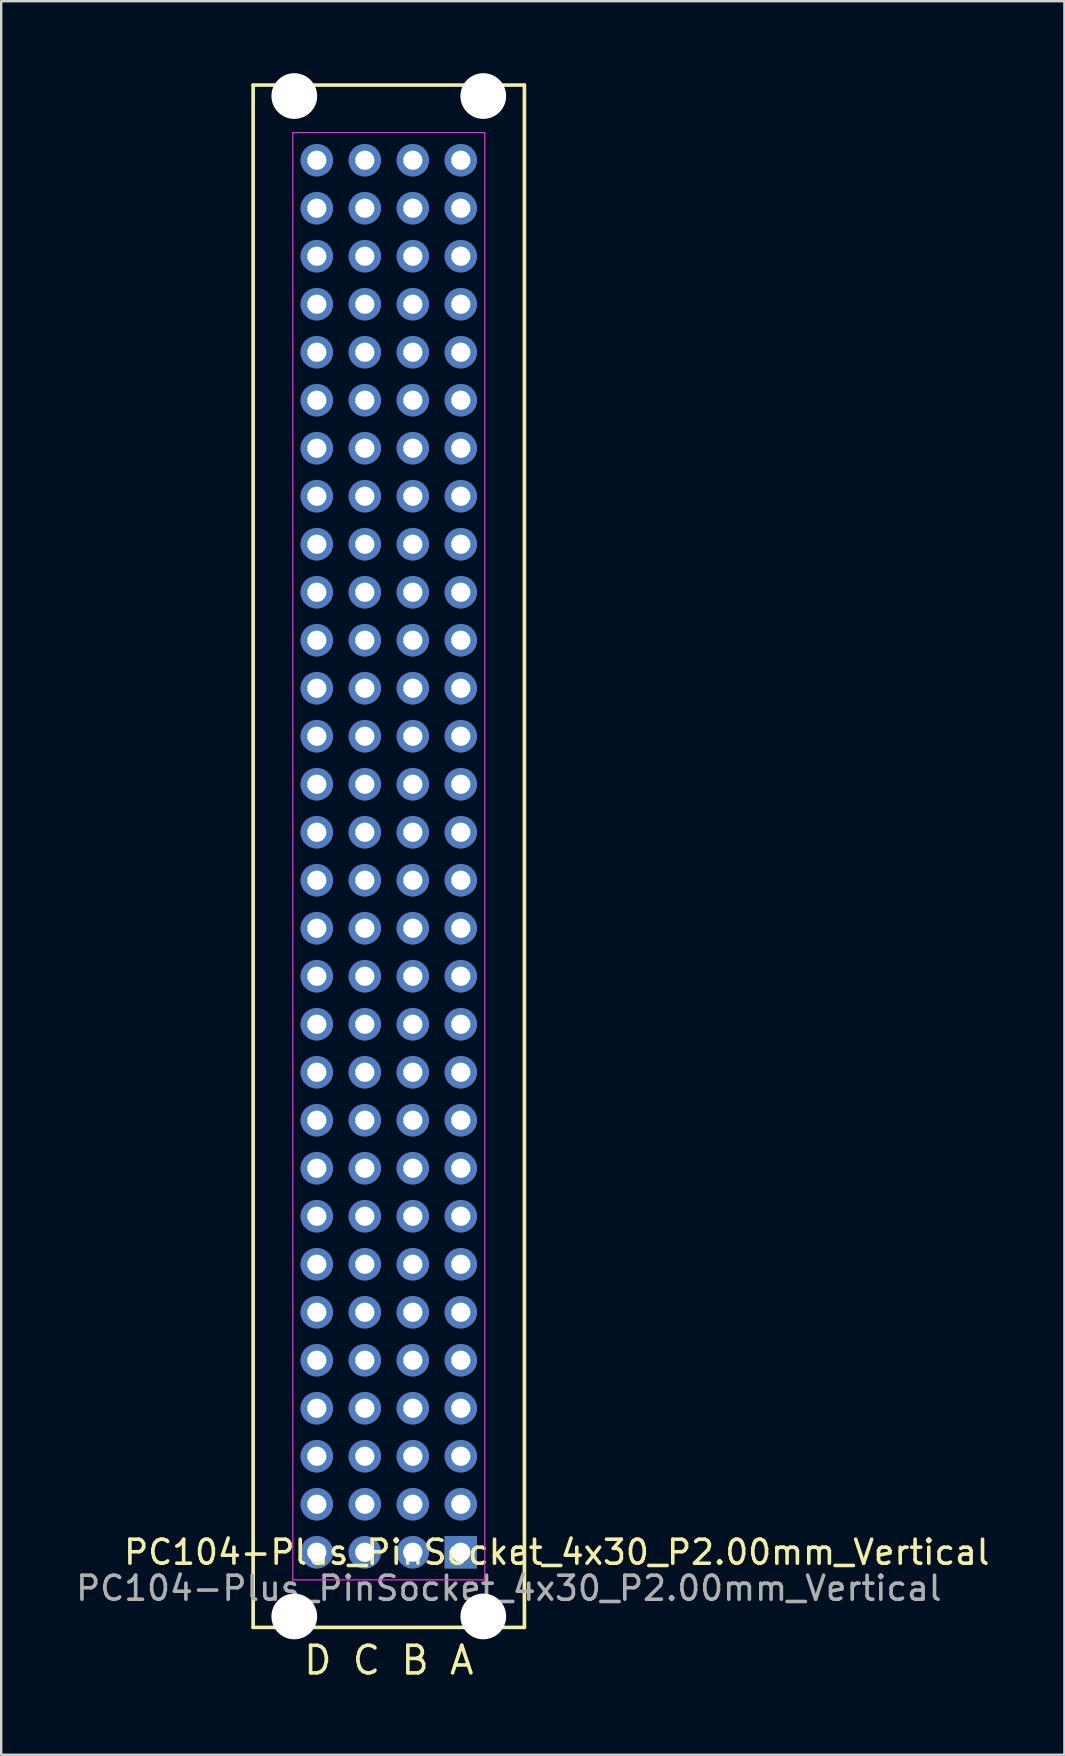
<source format=kicad_pcb>
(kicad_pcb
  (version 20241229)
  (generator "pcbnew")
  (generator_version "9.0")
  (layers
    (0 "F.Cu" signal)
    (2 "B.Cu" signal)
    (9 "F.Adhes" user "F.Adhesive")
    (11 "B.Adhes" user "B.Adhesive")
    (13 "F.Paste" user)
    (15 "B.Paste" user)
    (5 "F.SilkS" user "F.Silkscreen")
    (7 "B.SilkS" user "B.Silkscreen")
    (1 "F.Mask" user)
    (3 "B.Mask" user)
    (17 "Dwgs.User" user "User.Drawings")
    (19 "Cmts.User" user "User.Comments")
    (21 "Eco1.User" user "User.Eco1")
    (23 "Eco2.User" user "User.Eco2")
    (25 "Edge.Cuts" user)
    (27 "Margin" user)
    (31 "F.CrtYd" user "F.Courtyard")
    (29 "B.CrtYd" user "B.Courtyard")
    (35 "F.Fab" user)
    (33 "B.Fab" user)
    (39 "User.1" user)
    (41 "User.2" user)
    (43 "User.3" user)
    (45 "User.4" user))
  (footprint "PC104-Plus_PinSocket_4x30_P2.00mm_Vertical"
    (layer "F.Cu")
    (at 16.149 61.626)
    (property "Reference" "PC104-Plus_PinSocket_4x30_P2.00mm_Vertical" (at 4 0 180) (layer "F.SilkS") (effects (font (size 1 1) (thickness 0.15))))
    (attr through_hole)
    (fp_line (start -8.652 -61.131) (end 2.651 -61.131) (stroke (width 0.15) (type solid)) (layer "F.SilkS"))
    (fp_line (start -8.652 3.131) (end -8.652 -61.131) (stroke (width 0.152) (type solid)) (layer "F.SilkS"))
    (fp_line (start -8.652 3.131) (end 2.651 3.131) (stroke (width 0.15) (type solid)) (layer "F.SilkS"))
    (fp_line (start 2.651 3.131) (end 2.651 -61.131) (stroke (width 0.152) (type solid)) (layer "F.SilkS"))
    (fp_line (start -7 -59.15) (end 1 -59.15) (stroke (width 0.05) (type solid)) (layer "F.CrtYd"))
    (fp_line (start -7 1.15) (end -7 -59.15) (stroke (width 0.05) (type solid)) (layer "F.CrtYd"))
    (fp_line (start 1 -59.15) (end 1 1.15) (stroke (width 0.05) (type solid)) (layer "F.CrtYd"))
    (fp_line (start 1 1.15) (end -7 1.15) (stroke (width 0.05) (type solid)) (layer "F.CrtYd"))
    (fp_text user "D C B A" (at -3 4.5 0) (layer "F.SilkS") (effects (font (size 1.15 1.15) (thickness 0.15))))
    (fp_text user "${REFERENCE}" (at 2 1.5 0) (layer "F.Fab") (effects (font (size 1 1) (thickness 0.15))))
    (pad "" np_thru_hole circle (at -6.937 -60.674) (size 1.905 1.905) (drill 1.905) (layers "*.Cu" "*.Mask"))
    (pad "" np_thru_hole circle (at -6.937 2.674) (size 1.905 1.905) (drill 1.905) (layers "*.Cu" "*.Mask"))
    (pad "" np_thru_hole circle (at 0.937 -60.674) (size 1.905 1.905) (drill 1.905) (layers "*.Cu" "*.Mask"))
    (pad "" np_thru_hole circle (at 0.937 2.674) (size 1.905 1.905) (drill 1.905) (layers "*.Cu" "*.Mask"))
    (pad "A1" thru_hole rect (at 0 0 180) (size 1.35 1.35) (drill 0.8) (layers "*.Cu" "*.Mask"))
    (pad "A2" thru_hole oval (at 0 -2 180) (size 1.35 1.35) (drill 0.8) (layers "*.Cu" "*.Mask"))
    (pad "A3" thru_hole oval (at 0 -4 180) (size 1.35 1.35) (drill 0.8) (layers "*.Cu" "*.Mask"))
    (pad "A4" thru_hole oval (at 0 -6 180) (size 1.35 1.35) (drill 0.8) (layers "*.Cu" "*.Mask"))
    (pad "A5" thru_hole oval (at 0 -8 180) (size 1.35 1.35) (drill 0.8) (layers "*.Cu" "*.Mask"))
    (pad "A6" thru_hole oval (at 0 -10 180) (size 1.35 1.35) (drill 0.8) (layers "*.Cu" "*.Mask"))
    (pad "A7" thru_hole oval (at 0 -12 180) (size 1.35 1.35) (drill 0.8) (layers "*.Cu" "*.Mask"))
    (pad "A8" thru_hole oval (at 0 -14 180) (size 1.35 1.35) (drill 0.8) (layers "*.Cu" "*.Mask"))
    (pad "A9" thru_hole oval (at 0 -16 180) (size 1.35 1.35) (drill 0.8) (layers "*.Cu" "*.Mask"))
    (pad "A10" thru_hole oval (at 0 -18 180) (size 1.35 1.35) (drill 0.8) (layers "*.Cu" "*.Mask"))
    (pad "A11" thru_hole oval (at 0 -20 180) (size 1.35 1.35) (drill 0.8) (layers "*.Cu" "*.Mask"))
    (pad "A12" thru_hole oval (at 0 -22 180) (size 1.35 1.35) (drill 0.8) (layers "*.Cu" "*.Mask"))
    (pad "A13" thru_hole oval (at 0 -24 180) (size 1.35 1.35) (drill 0.8) (layers "*.Cu" "*.Mask"))
    (pad "A14" thru_hole oval (at 0 -26 180) (size 1.35 1.35) (drill 0.8) (layers "*.Cu" "*.Mask"))
    (pad "A15" thru_hole oval (at 0 -28 180) (size 1.35 1.35) (drill 0.8) (layers "*.Cu" "*.Mask"))
    (pad "A16" thru_hole oval (at 0 -30 180) (size 1.35 1.35) (drill 0.8) (layers "*.Cu" "*.Mask"))
    (pad "A17" thru_hole oval (at 0 -32 180) (size 1.35 1.35) (drill 0.8) (layers "*.Cu" "*.Mask"))
    (pad "A18" thru_hole oval (at 0 -34 180) (size 1.35 1.35) (drill 0.8) (layers "*.Cu" "*.Mask"))
    (pad "A19" thru_hole oval (at 0 -36 180) (size 1.35 1.35) (drill 0.8) (layers "*.Cu" "*.Mask"))
    (pad "A20" thru_hole oval (at 0 -38 180) (size 1.35 1.35) (drill 0.8) (layers "*.Cu" "*.Mask"))
    (pad "A21" thru_hole oval (at 0 -40 180) (size 1.35 1.35) (drill 0.8) (layers "*.Cu" "*.Mask"))
    (pad "A22" thru_hole oval (at 0 -42 180) (size 1.35 1.35) (drill 0.8) (layers "*.Cu" "*.Mask"))
    (pad "A23" thru_hole oval (at 0 -44 180) (size 1.35 1.35) (drill 0.8) (layers "*.Cu" "*.Mask"))
    (pad "A24" thru_hole oval (at 0 -46 180) (size 1.35 1.35) (drill 0.8) (layers "*.Cu" "*.Mask"))
    (pad "A25" thru_hole oval (at 0 -48 180) (size 1.35 1.35) (drill 0.8) (layers "*.Cu" "*.Mask"))
    (pad "A26" thru_hole oval (at 0 -50 180) (size 1.35 1.35) (drill 0.8) (layers "*.Cu" "*.Mask"))
    (pad "A27" thru_hole oval (at 0 -52 180) (size 1.35 1.35) (drill 0.8) (layers "*.Cu" "*.Mask"))
    (pad "A28" thru_hole oval (at 0 -54 180) (size 1.35 1.35) (drill 0.8) (layers "*.Cu" "*.Mask"))
    (pad "A29" thru_hole oval (at 0 -56 180) (size 1.35 1.35) (drill 0.8) (layers "*.Cu" "*.Mask"))
    (pad "A30" thru_hole oval (at 0 -58 180) (size 1.35 1.35) (drill 0.8) (layers "*.Cu" "*.Mask"))
    (pad "B1" thru_hole oval (at -2 0 180) (size 1.35 1.35) (drill 0.8) (layers "*.Cu" "*.Mask"))
    (pad "B2" thru_hole oval (at -2 -2 180) (size 1.35 1.35) (drill 0.8) (layers "*.Cu" "*.Mask"))
    (pad "B3" thru_hole oval (at -2 -4 180) (size 1.35 1.35) (drill 0.8) (layers "*.Cu" "*.Mask"))
    (pad "B4" thru_hole oval (at -2 -6 180) (size 1.35 1.35) (drill 0.8) (layers "*.Cu" "*.Mask"))
    (pad "B5" thru_hole oval (at -2 -8 180) (size 1.35 1.35) (drill 0.8) (layers "*.Cu" "*.Mask"))
    (pad "B6" thru_hole oval (at -2 -10 180) (size 1.35 1.35) (drill 0.8) (layers "*.Cu" "*.Mask"))
    (pad "B7" thru_hole oval (at -2 -12 180) (size 1.35 1.35) (drill 0.8) (layers "*.Cu" "*.Mask"))
    (pad "B8" thru_hole oval (at -2 -14 180) (size 1.35 1.35) (drill 0.8) (layers "*.Cu" "*.Mask"))
    (pad "B9" thru_hole oval (at -2 -16 180) (size 1.35 1.35) (drill 0.8) (layers "*.Cu" "*.Mask"))
    (pad "B10" thru_hole oval (at -2 -18 180) (size 1.35 1.35) (drill 0.8) (layers "*.Cu" "*.Mask"))
    (pad "B11" thru_hole oval (at -2 -20 180) (size 1.35 1.35) (drill 0.8) (layers "*.Cu" "*.Mask"))
    (pad "B12" thru_hole oval (at -2 -22 180) (size 1.35 1.35) (drill 0.8) (layers "*.Cu" "*.Mask"))
    (pad "B13" thru_hole oval (at -2 -24 180) (size 1.35 1.35) (drill 0.8) (layers "*.Cu" "*.Mask"))
    (pad "B14" thru_hole oval (at -2 -26 180) (size 1.35 1.35) (drill 0.8) (layers "*.Cu" "*.Mask"))
    (pad "B15" thru_hole oval (at -2 -28 180) (size 1.35 1.35) (drill 0.8) (layers "*.Cu" "*.Mask"))
    (pad "B16" thru_hole oval (at -2 -30 180) (size 1.35 1.35) (drill 0.8) (layers "*.Cu" "*.Mask"))
    (pad "B17" thru_hole oval (at -2 -32 180) (size 1.35 1.35) (drill 0.8) (layers "*.Cu" "*.Mask"))
    (pad "B18" thru_hole oval (at -2 -34 180) (size 1.35 1.35) (drill 0.8) (layers "*.Cu" "*.Mask"))
    (pad "B19" thru_hole oval (at -2 -36 180) (size 1.35 1.35) (drill 0.8) (layers "*.Cu" "*.Mask"))
    (pad "B20" thru_hole oval (at -2 -38 180) (size 1.35 1.35) (drill 0.8) (layers "*.Cu" "*.Mask"))
    (pad "B21" thru_hole oval (at -2 -40 180) (size 1.35 1.35) (drill 0.8) (layers "*.Cu" "*.Mask"))
    (pad "B22" thru_hole oval (at -2 -42 180) (size 1.35 1.35) (drill 0.8) (layers "*.Cu" "*.Mask"))
    (pad "B23" thru_hole oval (at -2 -44 180) (size 1.35 1.35) (drill 0.8) (layers "*.Cu" "*.Mask"))
    (pad "B24" thru_hole oval (at -2 -46 180) (size 1.35 1.35) (drill 0.8) (layers "*.Cu" "*.Mask"))
    (pad "B25" thru_hole oval (at -2 -48 180) (size 1.35 1.35) (drill 0.8) (layers "*.Cu" "*.Mask"))
    (pad "B26" thru_hole oval (at -2 -50 180) (size 1.35 1.35) (drill 0.8) (layers "*.Cu" "*.Mask"))
    (pad "B27" thru_hole oval (at -2 -52 180) (size 1.35 1.35) (drill 0.8) (layers "*.Cu" "*.Mask"))
    (pad "B28" thru_hole oval (at -2 -54 180) (size 1.35 1.35) (drill 0.8) (layers "*.Cu" "*.Mask"))
    (pad "B29" thru_hole oval (at -2 -56 180) (size 1.35 1.35) (drill 0.8) (layers "*.Cu" "*.Mask"))
    (pad "B30" thru_hole oval (at -2 -58 180) (size 1.35 1.35) (drill 0.8) (layers "*.Cu" "*.Mask"))
    (pad "C1" thru_hole oval (at -4 0 180) (size 1.35 1.35) (drill 0.8) (layers "*.Cu" "*.Mask"))
    (pad "C2" thru_hole oval (at -4 -2 180) (size 1.35 1.35) (drill 0.8) (layers "*.Cu" "*.Mask"))
    (pad "C3" thru_hole oval (at -4 -4 180) (size 1.35 1.35) (drill 0.8) (layers "*.Cu" "*.Mask"))
    (pad "C4" thru_hole oval (at -4 -6 180) (size 1.35 1.35) (drill 0.8) (layers "*.Cu" "*.Mask"))
    (pad "C5" thru_hole oval (at -4 -8 180) (size 1.35 1.35) (drill 0.8) (layers "*.Cu" "*.Mask"))
    (pad "C6" thru_hole oval (at -4 -10 180) (size 1.35 1.35) (drill 0.8) (layers "*.Cu" "*.Mask"))
    (pad "C7" thru_hole oval (at -4 -12 180) (size 1.35 1.35) (drill 0.8) (layers "*.Cu" "*.Mask"))
    (pad "C8" thru_hole oval (at -4 -14 180) (size 1.35 1.35) (drill 0.8) (layers "*.Cu" "*.Mask"))
    (pad "C9" thru_hole oval (at -4 -16 180) (size 1.35 1.35) (drill 0.8) (layers "*.Cu" "*.Mask"))
    (pad "C10" thru_hole oval (at -4 -18 180) (size 1.35 1.35) (drill 0.8) (layers "*.Cu" "*.Mask"))
    (pad "C11" thru_hole oval (at -4 -20 180) (size 1.35 1.35) (drill 0.8) (layers "*.Cu" "*.Mask"))
    (pad "C12" thru_hole oval (at -4 -22 180) (size 1.35 1.35) (drill 0.8) (layers "*.Cu" "*.Mask"))
    (pad "C13" thru_hole oval (at -4 -24 180) (size 1.35 1.35) (drill 0.8) (layers "*.Cu" "*.Mask"))
    (pad "C14" thru_hole oval (at -4 -26 180) (size 1.35 1.35) (drill 0.8) (layers "*.Cu" "*.Mask"))
    (pad "C15" thru_hole oval (at -4 -28 180) (size 1.35 1.35) (drill 0.8) (layers "*.Cu" "*.Mask"))
    (pad "C16" thru_hole oval (at -4 -30 180) (size 1.35 1.35) (drill 0.8) (layers "*.Cu" "*.Mask"))
    (pad "C17" thru_hole oval (at -4 -32 180) (size 1.35 1.35) (drill 0.8) (layers "*.Cu" "*.Mask"))
    (pad "C18" thru_hole oval (at -4 -34 180) (size 1.35 1.35) (drill 0.8) (layers "*.Cu" "*.Mask"))
    (pad "C19" thru_hole oval (at -4 -36 180) (size 1.35 1.35) (drill 0.8) (layers "*.Cu" "*.Mask"))
    (pad "C20" thru_hole oval (at -4 -38 180) (size 1.35 1.35) (drill 0.8) (layers "*.Cu" "*.Mask"))
    (pad "C21" thru_hole oval (at -4 -40 180) (size 1.35 1.35) (drill 0.8) (layers "*.Cu" "*.Mask"))
    (pad "C22" thru_hole oval (at -4 -42 180) (size 1.35 1.35) (drill 0.8) (layers "*.Cu" "*.Mask"))
    (pad "C23" thru_hole oval (at -4 -44 180) (size 1.35 1.35) (drill 0.8) (layers "*.Cu" "*.Mask"))
    (pad "C24" thru_hole oval (at -4 -46 180) (size 1.35 1.35) (drill 0.8) (layers "*.Cu" "*.Mask"))
    (pad "C25" thru_hole oval (at -4 -48 180) (size 1.35 1.35) (drill 0.8) (layers "*.Cu" "*.Mask"))
    (pad "C26" thru_hole oval (at -4 -50 180) (size 1.35 1.35) (drill 0.8) (layers "*.Cu" "*.Mask"))
    (pad "C27" thru_hole oval (at -4 -52 180) (size 1.35 1.35) (drill 0.8) (layers "*.Cu" "*.Mask"))
    (pad "C28" thru_hole oval (at -4 -54 180) (size 1.35 1.35) (drill 0.8) (layers "*.Cu" "*.Mask"))
    (pad "C29" thru_hole oval (at -4 -56 180) (size 1.35 1.35) (drill 0.8) (layers "*.Cu" "*.Mask"))
    (pad "C30" thru_hole oval (at -4 -58 180) (size 1.35 1.35) (drill 0.8) (layers "*.Cu" "*.Mask"))
    (pad "D1" thru_hole oval (at -6 0 180) (size 1.35 1.35) (drill 0.8) (layers "*.Cu" "*.Mask"))
    (pad "D2" thru_hole oval (at -6 -2 180) (size 1.35 1.35) (drill 0.8) (layers "*.Cu" "*.Mask"))
    (pad "D3" thru_hole oval (at -6 -4 180) (size 1.35 1.35) (drill 0.8) (layers "*.Cu" "*.Mask"))
    (pad "D4" thru_hole oval (at -6 -6 180) (size 1.35 1.35) (drill 0.8) (layers "*.Cu" "*.Mask"))
    (pad "D5" thru_hole oval (at -6 -8 180) (size 1.35 1.35) (drill 0.8) (layers "*.Cu" "*.Mask"))
    (pad "D6" thru_hole oval (at -6 -10 180) (size 1.35 1.35) (drill 0.8) (layers "*.Cu" "*.Mask"))
    (pad "D7" thru_hole oval (at -6 -12 180) (size 1.35 1.35) (drill 0.8) (layers "*.Cu" "*.Mask"))
    (pad "D8" thru_hole oval (at -6 -14 180) (size 1.35 1.35) (drill 0.8) (layers "*.Cu" "*.Mask"))
    (pad "D9" thru_hole oval (at -6 -16 180) (size 1.35 1.35) (drill 0.8) (layers "*.Cu" "*.Mask"))
    (pad "D10" thru_hole oval (at -6 -18 180) (size 1.35 1.35) (drill 0.8) (layers "*.Cu" "*.Mask"))
    (pad "D11" thru_hole oval (at -6 -20 180) (size 1.35 1.35) (drill 0.8) (layers "*.Cu" "*.Mask"))
    (pad "D12" thru_hole oval (at -6 -22 180) (size 1.35 1.35) (drill 0.8) (layers "*.Cu" "*.Mask"))
    (pad "D13" thru_hole oval (at -6 -24 180) (size 1.35 1.35) (drill 0.8) (layers "*.Cu" "*.Mask"))
    (pad "D14" thru_hole oval (at -6 -26 180) (size 1.35 1.35) (drill 0.8) (layers "*.Cu" "*.Mask"))
    (pad "D15" thru_hole oval (at -6 -28 180) (size 1.35 1.35) (drill 0.8) (layers "*.Cu" "*.Mask"))
    (pad "D16" thru_hole oval (at -6 -30 180) (size 1.35 1.35) (drill 0.8) (layers "*.Cu" "*.Mask"))
    (pad "D17" thru_hole oval (at -6 -32 180) (size 1.35 1.35) (drill 0.8) (layers "*.Cu" "*.Mask"))
    (pad "D18" thru_hole oval (at -6 -34 180) (size 1.35 1.35) (drill 0.8) (layers "*.Cu" "*.Mask"))
    (pad "D19" thru_hole oval (at -6 -36 180) (size 1.35 1.35) (drill 0.8) (layers "*.Cu" "*.Mask"))
    (pad "D20" thru_hole oval (at -6 -38 180) (size 1.35 1.35) (drill 0.8) (layers "*.Cu" "*.Mask"))
    (pad "D21" thru_hole oval (at -6 -40 180) (size 1.35 1.35) (drill 0.8) (layers "*.Cu" "*.Mask"))
    (pad "D22" thru_hole oval (at -6 -42 180) (size 1.35 1.35) (drill 0.8) (layers "*.Cu" "*.Mask"))
    (pad "D23" thru_hole oval (at -6 -44 180) (size 1.35 1.35) (drill 0.8) (layers "*.Cu" "*.Mask"))
    (pad "D24" thru_hole oval (at -6 -46 180) (size 1.35 1.35) (drill 0.8) (layers "*.Cu" "*.Mask"))
    (pad "D25" thru_hole oval (at -6 -48 180) (size 1.35 1.35) (drill 0.8) (layers "*.Cu" "*.Mask"))
    (pad "D26" thru_hole oval (at -6 -50 180) (size 1.35 1.35) (drill 0.8) (layers "*.Cu" "*.Mask"))
    (pad "D27" thru_hole oval (at -6 -52 180) (size 1.35 1.35) (drill 0.8) (layers "*.Cu" "*.Mask"))
    (pad "D28" thru_hole oval (at -6 -54 180) (size 1.35 1.35) (drill 0.8) (layers "*.Cu" "*.Mask"))
    (pad "D29" thru_hole oval (at -6 -56 180) (size 1.35 1.35) (drill 0.8) (layers "*.Cu" "*.Mask"))
    (pad "D30" thru_hole oval (at -6 -58 180) (size 1.35 1.35) (drill 0.8) (layers "*.Cu" "*.Mask")))
  (gr_rect
    (start -3 -3)
    (end 41.298 70.062)
    (stroke (width 0.1) (type default))
    (fill no)
    (layer "Edge.Cuts")))
</source>
